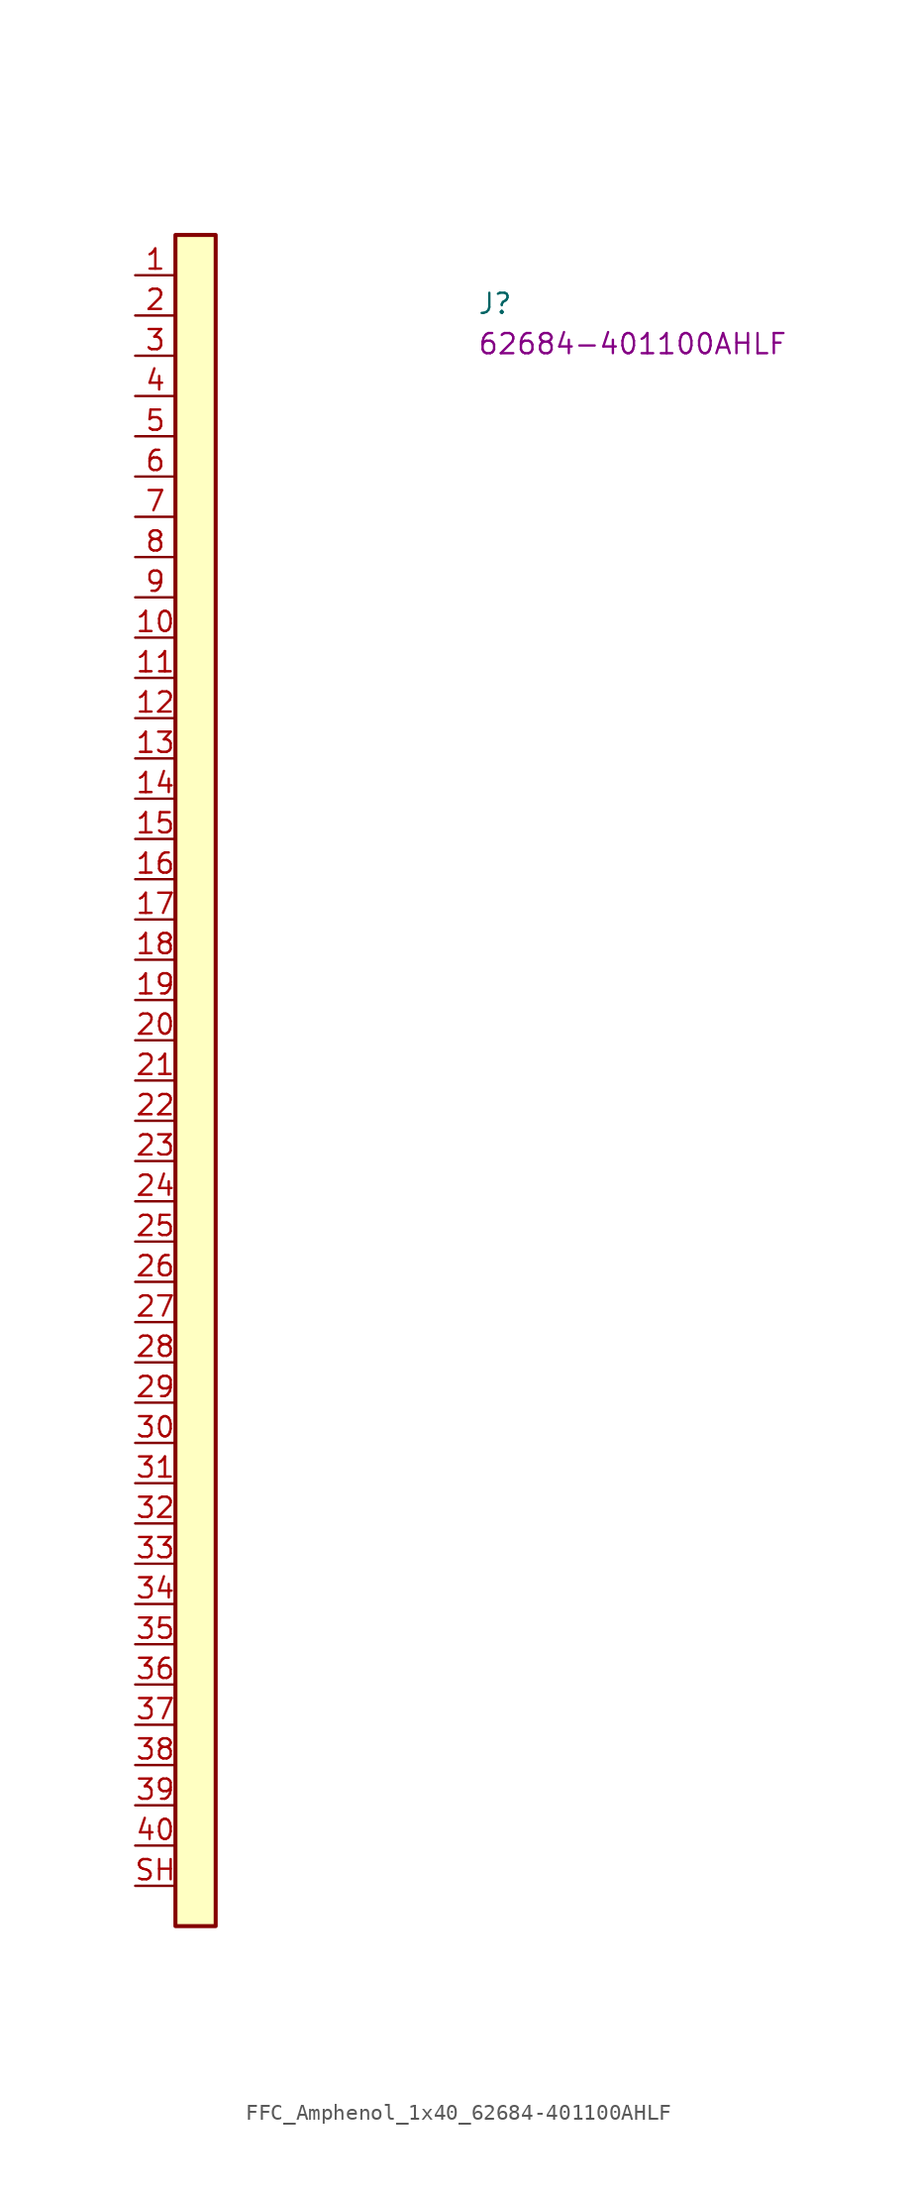
<source format=kicad_sym>
(kicad_symbol_lib
  (version 20220914)
  (generator kicad_symbol_editor)
  (symbol "FFC_Amphenol_1x40_62684-401100AHLF"
    (property "Reference" "J"
      (at 21.59 -2.54 0)
      (effects (font (size 1.27 1.27) (thickness 0.15)) (justify left bottom)))
    (property "MPN" "62684-401100AHLF"
      (at 21.59 -5.08 0)
      (effects (font (size 1.27 1.27) (thickness 0.15)) (justify left bottom)))
    (symbol "FFC_Amphenol_1x40_62684-401100AHLF_1_1"
      (rectangle (start 2.54 2.54) (end 5.08 -104.14) (stroke (width 0.254) (type default)) (fill (type background)))
      (pin bidirectional line (at 0 0 0) (length 2.54) (name "~" (effects (font (size 1.27 1.27)))) (number "1" (effects (font (size 1.27 1.27)))))
      (pin bidirectional line (at 0 -22.86 0) (length 2.54) (name "~" (effects (font (size 1.27 1.27)))) (number "10" (effects (font (size 1.27 1.27)))))
      (pin bidirectional line (at 0 -25.4 0) (length 2.54) (name "~" (effects (font (size 1.27 1.27)))) (number "11" (effects (font (size 1.27 1.27)))))
      (pin bidirectional line (at 0 -27.94 0) (length 2.54) (name "~" (effects (font (size 1.27 1.27)))) (number "12" (effects (font (size 1.27 1.27)))))
      (pin bidirectional line (at 0 -30.48 0) (length 2.54) (name "~" (effects (font (size 1.27 1.27)))) (number "13" (effects (font (size 1.27 1.27)))))
      (pin bidirectional line (at 0 -33.02 0) (length 2.54) (name "~" (effects (font (size 1.27 1.27)))) (number "14" (effects (font (size 1.27 1.27)))))
      (pin bidirectional line (at 0 -35.56 0) (length 2.54) (name "~" (effects (font (size 1.27 1.27)))) (number "15" (effects (font (size 1.27 1.27)))))
      (pin bidirectional line (at 0 -38.1 0) (length 2.54) (name "~" (effects (font (size 1.27 1.27)))) (number "16" (effects (font (size 1.27 1.27)))))
      (pin bidirectional line (at 0 -40.64 0) (length 2.54) (name "~" (effects (font (size 1.27 1.27)))) (number "17" (effects (font (size 1.27 1.27)))))
      (pin bidirectional line (at 0 -43.18 0) (length 2.54) (name "~" (effects (font (size 1.27 1.27)))) (number "18" (effects (font (size 1.27 1.27)))))
      (pin bidirectional line (at 0 -45.72 0) (length 2.54) (name "~" (effects (font (size 1.27 1.27)))) (number "19" (effects (font (size 1.27 1.27)))))
      (pin bidirectional line (at 0 -2.54 0) (length 2.54) (name "~" (effects (font (size 1.27 1.27)))) (number "2" (effects (font (size 1.27 1.27)))))
      (pin bidirectional line (at 0 -48.26 0) (length 2.54) (name "~" (effects (font (size 1.27 1.27)))) (number "20" (effects (font (size 1.27 1.27)))))
      (pin bidirectional line (at 0 -50.8 0) (length 2.54) (name "~" (effects (font (size 1.27 1.27)))) (number "21" (effects (font (size 1.27 1.27)))))
      (pin bidirectional line (at 0 -53.34 0) (length 2.54) (name "~" (effects (font (size 1.27 1.27)))) (number "22" (effects (font (size 1.27 1.27)))))
      (pin bidirectional line (at 0 -55.88 0) (length 2.54) (name "~" (effects (font (size 1.27 1.27)))) (number "23" (effects (font (size 1.27 1.27)))))
      (pin bidirectional line (at 0 -58.42 0) (length 2.54) (name "~" (effects (font (size 1.27 1.27)))) (number "24" (effects (font (size 1.27 1.27)))))
      (pin bidirectional line (at 0 -60.96 0) (length 2.54) (name "~" (effects (font (size 1.27 1.27)))) (number "25" (effects (font (size 1.27 1.27)))))
      (pin bidirectional line (at 0 -63.5 0) (length 2.54) (name "~" (effects (font (size 1.27 1.27)))) (number "26" (effects (font (size 1.27 1.27)))))
      (pin bidirectional line (at 0 -66.04 0) (length 2.54) (name "~" (effects (font (size 1.27 1.27)))) (number "27" (effects (font (size 1.27 1.27)))))
      (pin bidirectional line (at 0 -68.58 0) (length 2.54) (name "~" (effects (font (size 1.27 1.27)))) (number "28" (effects (font (size 1.27 1.27)))))
      (pin bidirectional line (at 0 -71.12 0) (length 2.54) (name "~" (effects (font (size 1.27 1.27)))) (number "29" (effects (font (size 1.27 1.27)))))
      (pin bidirectional line (at 0 -5.08 0) (length 2.54) (name "~" (effects (font (size 1.27 1.27)))) (number "3" (effects (font (size 1.27 1.27)))))
      (pin bidirectional line (at 0 -73.66 0) (length 2.54) (name "~" (effects (font (size 1.27 1.27)))) (number "30" (effects (font (size 1.27 1.27)))))
      (pin bidirectional line (at 0 -76.2 0) (length 2.54) (name "~" (effects (font (size 1.27 1.27)))) (number "31" (effects (font (size 1.27 1.27)))))
      (pin bidirectional line (at 0 -78.74 0) (length 2.54) (name "~" (effects (font (size 1.27 1.27)))) (number "32" (effects (font (size 1.27 1.27)))))
      (pin bidirectional line (at 0 -81.28 0) (length 2.54) (name "~" (effects (font (size 1.27 1.27)))) (number "33" (effects (font (size 1.27 1.27)))))
      (pin bidirectional line (at 0 -83.82 0) (length 2.54) (name "~" (effects (font (size 1.27 1.27)))) (number "34" (effects (font (size 1.27 1.27)))))
      (pin bidirectional line (at 0 -86.36 0) (length 2.54) (name "~" (effects (font (size 1.27 1.27)))) (number "35" (effects (font (size 1.27 1.27)))))
      (pin bidirectional line (at 0 -88.9 0) (length 2.54) (name "~" (effects (font (size 1.27 1.27)))) (number "36" (effects (font (size 1.27 1.27)))))
      (pin bidirectional line (at 0 -91.44 0) (length 2.54) (name "~" (effects (font (size 1.27 1.27)))) (number "37" (effects (font (size 1.27 1.27)))))
      (pin bidirectional line (at 0 -93.98 0) (length 2.54) (name "~" (effects (font (size 1.27 1.27)))) (number "38" (effects (font (size 1.27 1.27)))))
      (pin bidirectional line (at 0 -96.52 0) (length 2.54) (name "~" (effects (font (size 1.27 1.27)))) (number "39" (effects (font (size 1.27 1.27)))))
      (pin bidirectional line (at 0 -7.62 0) (length 2.54) (name "~" (effects (font (size 1.27 1.27)))) (number "4" (effects (font (size 1.27 1.27)))))
      (pin bidirectional line (at 0 -99.06 0) (length 2.54) (name "~" (effects (font (size 1.27 1.27)))) (number "40" (effects (font (size 1.27 1.27)))))
      (pin bidirectional line (at 0 -10.16 0) (length 2.54) (name "~" (effects (font (size 1.27 1.27)))) (number "5" (effects (font (size 1.27 1.27)))))
      (pin bidirectional line (at 0 -12.7 0) (length 2.54) (name "~" (effects (font (size 1.27 1.27)))) (number "6" (effects (font (size 1.27 1.27)))))
      (pin bidirectional line (at 0 -15.24 0) (length 2.54) (name "~" (effects (font (size 1.27 1.27)))) (number "7" (effects (font (size 1.27 1.27)))))
      (pin bidirectional line (at 0 -17.78 0) (length 2.54) (name "~" (effects (font (size 1.27 1.27)))) (number "8" (effects (font (size 1.27 1.27)))))
      (pin bidirectional line (at 0 -20.32 0) (length 2.54) (name "~" (effects (font (size 1.27 1.27)))) (number "9" (effects (font (size 1.27 1.27)))))
      (pin bidirectional line (at 0 -101.6 0) (length 2.54) (name "~" (effects (font (size 1.27 1.27)))) (number "SH" (effects (font (size 1.27 1.27))))))))
</source>
